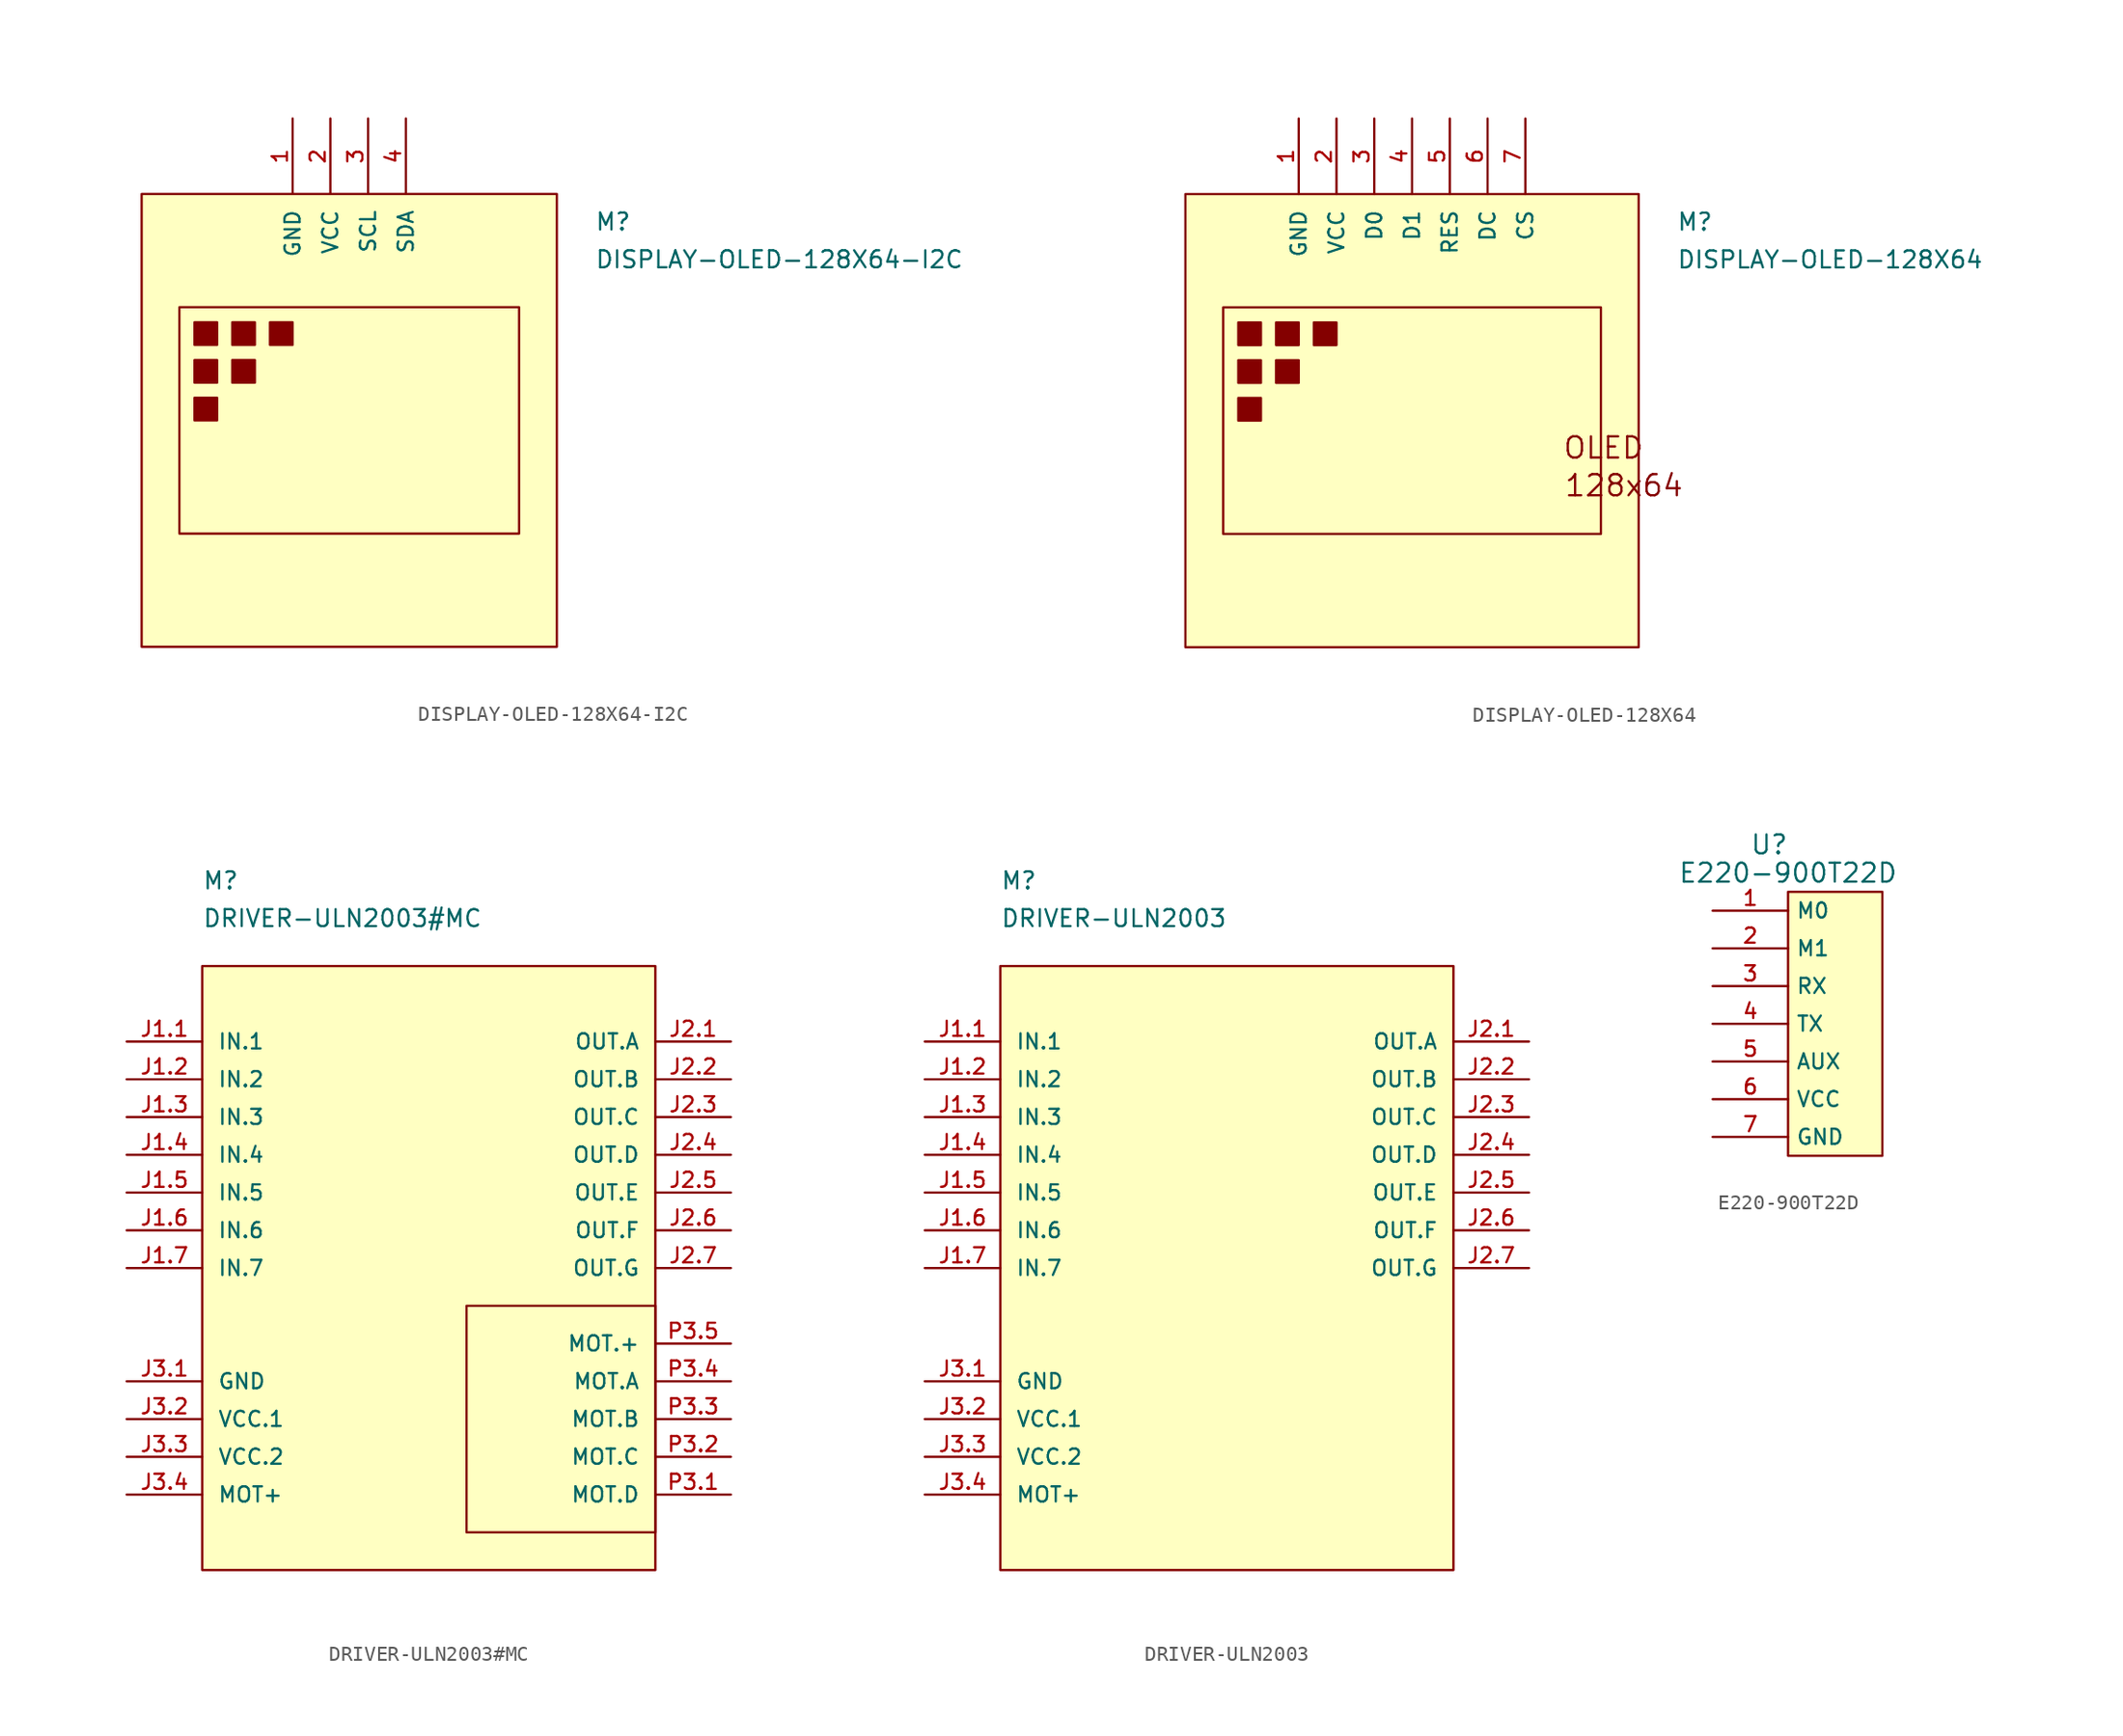
<source format=kicad_sym>
(kicad_symbol_lib
  (version 20231120)
  (generator "kicad_symbol_editor")
  (generator_version "8.0")
  (symbol "DISPLAY-OLED-128X64-I2C"
    (pin_names
      (offset 1.016))
    (property "Reference" "M"
      (at 15.24 12.7 0)
      (effects (font (size 1.143 1.143)) (justify left bottom)))
    (property "Value" "DISPLAY-OLED-128X64-I2C"
      (at 15.24 10.16 0)
      (effects (font (size 1.143 1.143)) (justify left bottom)))
    (property "ki_locked" ""
      (at 0 0 0)
      (effects (font (size 1.27 1.27))))
    (symbol "DISPLAY-OLED-128X64-I2C_1_0"
      (rectangle (start -15.24 15.24) (end 12.7 -15.24) (stroke (width 0) (type default)) (fill (type background)))
      (rectangle (start 10.16 -7.62) (end -12.7 7.62) (stroke (width 0) (type default)) (fill (type none))))
    (symbol "DISPLAY-OLED-128X64-I2C_1_1"
      (rectangle (start -11.684 0) (end -10.16 1.524) (stroke (width 0) (type default)) (fill (type outline)))
      (rectangle (start -11.684 2.54) (end -10.16 4.064) (stroke (width 0) (type default)) (fill (type outline)))
      (rectangle (start -11.684 5.08) (end -10.16 6.604) (stroke (width 0) (type default)) (fill (type outline)))
      (rectangle (start -9.144 2.54) (end -7.62 4.064) (stroke (width 0) (type default)) (fill (type outline)))
      (rectangle (start -9.144 5.08) (end -7.62 6.604) (stroke (width 0) (type default)) (fill (type outline)))
      (rectangle (start -6.604 5.08) (end -5.08 6.604) (stroke (width 0) (type default)) (fill (type outline)))
      (pin power_in line (at -5.08 20.32 270) (length 5.08) (name "GND" (effects (font (size 1.016 1.016)))) (number "1" (effects (font (size 1.016 1.016)))))
      (pin power_in line (at -2.54 20.32 270) (length 5.08) (name "VCC" (effects (font (size 1.016 1.016)))) (number "2" (effects (font (size 1.016 1.016)))))
      (pin bidirectional line (at 0 20.32 270) (length 5.08) (name "SCL" (effects (font (size 1.016 1.016)))) (number "3" (effects (font (size 1.016 1.016)))))
      (pin bidirectional line (at 2.54 20.32 270) (length 5.08) (name "SDA" (effects (font (size 1.016 1.016)))) (number "4" (effects (font (size 1.016 1.016)))))))
  (symbol "DISPLAY-OLED-128X64"
    (pin_names
      (offset 1.016))
    (property "Reference" "M"
      (at 17.78 12.7 0)
      (effects (font (size 1.143 1.143)) (justify left bottom)))
    (property "Value" "DISPLAY-OLED-128X64"
      (at 17.78 10.16 0)
      (effects (font (size 1.143 1.143)) (justify left bottom)))
    (property "ki_locked" ""
      (at 0 0 0)
      (effects (font (size 1.27 1.27))))
    (symbol "DISPLAY-OLED-128X64_1_0"
      (rectangle (start 12.7 -7.62) (end -12.7 7.62) (stroke (width 0) (type default)) (fill (type none)))
      (rectangle (start 15.24 -15.24) (end -15.24 15.24) (stroke (width 0) (type default)) (fill (type background)))
      (text "128x64" (at 14.249 -4.369 0) (effects (font (size 1.422 1.422))))
      (text "OLED" (at 12.878 -1.829 0) (effects (font (size 1.422 1.422)))))
    (symbol "DISPLAY-OLED-128X64_1_1"
      (rectangle (start -11.684 0) (end -10.16 1.524) (stroke (width 0) (type default)) (fill (type outline)))
      (rectangle (start -11.684 2.54) (end -10.16 4.064) (stroke (width 0) (type default)) (fill (type outline)))
      (rectangle (start -11.684 5.08) (end -10.16 6.604) (stroke (width 0) (type default)) (fill (type outline)))
      (rectangle (start -9.144 2.54) (end -7.62 4.064) (stroke (width 0) (type default)) (fill (type outline)))
      (rectangle (start -9.144 5.08) (end -7.62 6.604) (stroke (width 0) (type default)) (fill (type outline)))
      (rectangle (start -6.604 5.08) (end -5.08 6.604) (stroke (width 0) (type default)) (fill (type outline)))
      (pin power_in line (at -7.62 20.32 270) (length 5.08) (name "GND" (effects (font (size 1.016 1.016)))) (number "1" (effects (font (size 1.016 1.016)))))
      (pin power_in line (at -5.08 20.32 270) (length 5.08) (name "VCC" (effects (font (size 1.016 1.016)))) (number "2" (effects (font (size 1.016 1.016)))))
      (pin bidirectional line (at -2.54 20.32 270) (length 5.08) (name "D0" (effects (font (size 1.016 1.016)))) (number "3" (effects (font (size 1.016 1.016)))))
      (pin bidirectional line (at 0 20.32 270) (length 5.08) (name "D1" (effects (font (size 1.016 1.016)))) (number "4" (effects (font (size 1.016 1.016)))))
      (pin bidirectional line (at 2.54 20.32 270) (length 5.08) (name "RES" (effects (font (size 1.016 1.016)))) (number "5" (effects (font (size 1.016 1.016)))))
      (pin bidirectional line (at 5.08 20.32 270) (length 5.08) (name "DC" (effects (font (size 1.016 1.016)))) (number "6" (effects (font (size 1.016 1.016)))))
      (pin bidirectional line (at 7.62 20.32 270) (length 5.08) (name "CS" (effects (font (size 1.016 1.016)))) (number "7" (effects (font (size 1.016 1.016)))))))
  (symbol "DRIVER-ULN2003#MC"
    (pin_names
      (offset 1.016))
    (property "Reference" "M"
      (at -15.24 25.4 0)
      (effects (font (size 1.143 1.143)) (justify left bottom)))
    (property "Value" "DRIVER-ULN2003#MC"
      (at -15.24 22.86 0)
      (effects (font (size 1.143 1.143)) (justify left bottom)))
    (property "ki_locked" ""
      (at 0 0 0)
      (effects (font (size 1.27 1.27))))
    (symbol "DRIVER-ULN2003#MC_1_0"
      (rectangle (start -15.24 20.32) (end 15.24 -20.32) (stroke (width 0) (type default)) (fill (type background)))
      (rectangle (start 2.54 -2.54) (end 15.24 -17.78) (stroke (width 0) (type default)) (fill (type none))))
    (symbol "DRIVER-ULN2003#MC_1_1"
      (pin bidirectional line (at -20.32 15.24 0) (length 5.08) (name "IN.1" (effects (font (size 1.016 1.016)))) (number "J1.1" (effects (font (size 1.016 1.016)))))
      (pin bidirectional line (at -20.32 12.7 0) (length 5.08) (name "IN.2" (effects (font (size 1.016 1.016)))) (number "J1.2" (effects (font (size 1.016 1.016)))))
      (pin bidirectional line (at -20.32 10.16 0) (length 5.08) (name "IN.3" (effects (font (size 1.016 1.016)))) (number "J1.3" (effects (font (size 1.016 1.016)))))
      (pin bidirectional line (at -20.32 7.62 0) (length 5.08) (name "IN.4" (effects (font (size 1.016 1.016)))) (number "J1.4" (effects (font (size 1.016 1.016)))))
      (pin bidirectional line (at -20.32 5.08 0) (length 5.08) (name "IN.5" (effects (font (size 1.016 1.016)))) (number "J1.5" (effects (font (size 1.016 1.016)))))
      (pin bidirectional line (at -20.32 2.54 0) (length 5.08) (name "IN.6" (effects (font (size 1.016 1.016)))) (number "J1.6" (effects (font (size 1.016 1.016)))))
      (pin bidirectional line (at -20.32 0 0) (length 5.08) (name "IN.7" (effects (font (size 1.016 1.016)))) (number "J1.7" (effects (font (size 1.016 1.016)))))
      (pin bidirectional line (at 20.32 15.24 180) (length 5.08) (name "OUT.A" (effects (font (size 1.016 1.016)))) (number "J2.1" (effects (font (size 1.016 1.016)))))
      (pin bidirectional line (at 20.32 12.7 180) (length 5.08) (name "OUT.B" (effects (font (size 1.016 1.016)))) (number "J2.2" (effects (font (size 1.016 1.016)))))
      (pin bidirectional line (at 20.32 10.16 180) (length 5.08) (name "OUT.C" (effects (font (size 1.016 1.016)))) (number "J2.3" (effects (font (size 1.016 1.016)))))
      (pin bidirectional line (at 20.32 7.62 180) (length 5.08) (name "OUT.D" (effects (font (size 1.016 1.016)))) (number "J2.4" (effects (font (size 1.016 1.016)))))
      (pin bidirectional line (at 20.32 5.08 180) (length 5.08) (name "OUT.E" (effects (font (size 1.016 1.016)))) (number "J2.5" (effects (font (size 1.016 1.016)))))
      (pin bidirectional line (at 20.32 2.54 180) (length 5.08) (name "OUT.F" (effects (font (size 1.016 1.016)))) (number "J2.6" (effects (font (size 1.016 1.016)))))
      (pin bidirectional line (at 20.32 0 180) (length 5.08) (name "OUT.G" (effects (font (size 1.016 1.016)))) (number "J2.7" (effects (font (size 1.016 1.016)))))
      (pin power_in line (at -20.32 -7.62 0) (length 5.08) (name "GND" (effects (font (size 1.016 1.016)))) (number "J3.1" (effects (font (size 1.016 1.016)))))
      (pin power_in line (at -20.32 -10.16 0) (length 5.08) (name "VCC.1" (effects (font (size 1.016 1.016)))) (number "J3.2" (effects (font (size 1.016 1.016)))))
      (pin bidirectional line (at -20.32 -12.7 0) (length 5.08) (name "VCC.2" (effects (font (size 1.016 1.016)))) (number "J3.3" (effects (font (size 1.016 1.016)))))
      (pin bidirectional line (at -20.32 -15.24 0) (length 5.08) (name "MOT+" (effects (font (size 1.016 1.016)))) (number "J3.4" (effects (font (size 1.016 1.016)))))
      (pin bidirectional line (at 20.32 -15.24 180) (length 5.08) (name "MOT.D" (effects (font (size 1.016 1.016)))) (number "P3.1" (effects (font (size 1.016 1.016)))))
      (pin bidirectional line (at 20.32 -12.7 180) (length 5.08) (name "MOT.C" (effects (font (size 1.016 1.016)))) (number "P3.2" (effects (font (size 1.016 1.016)))))
      (pin bidirectional line (at 20.32 -10.16 180) (length 5.08) (name "MOT.B" (effects (font (size 1.016 1.016)))) (number "P3.3" (effects (font (size 1.016 1.016)))))
      (pin bidirectional line (at 20.32 -7.62 180) (length 5.08) (name "MOT.A" (effects (font (size 1.016 1.016)))) (number "P3.4" (effects (font (size 1.016 1.016)))))
      (pin bidirectional line (at 20.32 -5.08 180) (length 5.08) (name "MOT.+" (effects (font (size 1.016 1.016)))) (number "P3.5" (effects (font (size 1.016 1.016)))))))
  (symbol "DRIVER-ULN2003"
    (pin_names
      (offset 1.016))
    (property "Reference" "M"
      (at -15.24 25.4 0)
      (effects (font (size 1.143 1.143)) (justify left bottom)))
    (property "Value" "DRIVER-ULN2003"
      (at -15.24 22.86 0)
      (effects (font (size 1.143 1.143)) (justify left bottom)))
    (property "ki_locked" ""
      (at 0 0 0)
      (effects (font (size 1.27 1.27))))
    (symbol "DRIVER-ULN2003_1_0"
      (rectangle (start -15.24 20.32) (end 15.24 -20.32) (stroke (width 0) (type default)) (fill (type background))))
    (symbol "DRIVER-ULN2003_1_1"
      (pin bidirectional line (at -20.32 15.24 0) (length 5.08) (name "IN.1" (effects (font (size 1.016 1.016)))) (number "J1.1" (effects (font (size 1.016 1.016)))))
      (pin bidirectional line (at -20.32 12.7 0) (length 5.08) (name "IN.2" (effects (font (size 1.016 1.016)))) (number "J1.2" (effects (font (size 1.016 1.016)))))
      (pin bidirectional line (at -20.32 10.16 0) (length 5.08) (name "IN.3" (effects (font (size 1.016 1.016)))) (number "J1.3" (effects (font (size 1.016 1.016)))))
      (pin bidirectional line (at -20.32 7.62 0) (length 5.08) (name "IN.4" (effects (font (size 1.016 1.016)))) (number "J1.4" (effects (font (size 1.016 1.016)))))
      (pin bidirectional line (at -20.32 5.08 0) (length 5.08) (name "IN.5" (effects (font (size 1.016 1.016)))) (number "J1.5" (effects (font (size 1.016 1.016)))))
      (pin bidirectional line (at -20.32 2.54 0) (length 5.08) (name "IN.6" (effects (font (size 1.016 1.016)))) (number "J1.6" (effects (font (size 1.016 1.016)))))
      (pin bidirectional line (at -20.32 0 0) (length 5.08) (name "IN.7" (effects (font (size 1.016 1.016)))) (number "J1.7" (effects (font (size 1.016 1.016)))))
      (pin bidirectional line (at 20.32 15.24 180) (length 5.08) (name "OUT.A" (effects (font (size 1.016 1.016)))) (number "J2.1" (effects (font (size 1.016 1.016)))))
      (pin bidirectional line (at 20.32 12.7 180) (length 5.08) (name "OUT.B" (effects (font (size 1.016 1.016)))) (number "J2.2" (effects (font (size 1.016 1.016)))))
      (pin bidirectional line (at 20.32 10.16 180) (length 5.08) (name "OUT.C" (effects (font (size 1.016 1.016)))) (number "J2.3" (effects (font (size 1.016 1.016)))))
      (pin bidirectional line (at 20.32 7.62 180) (length 5.08) (name "OUT.D" (effects (font (size 1.016 1.016)))) (number "J2.4" (effects (font (size 1.016 1.016)))))
      (pin bidirectional line (at 20.32 5.08 180) (length 5.08) (name "OUT.E" (effects (font (size 1.016 1.016)))) (number "J2.5" (effects (font (size 1.016 1.016)))))
      (pin bidirectional line (at 20.32 2.54 180) (length 5.08) (name "OUT.F" (effects (font (size 1.016 1.016)))) (number "J2.6" (effects (font (size 1.016 1.016)))))
      (pin bidirectional line (at 20.32 0 180) (length 5.08) (name "OUT.G" (effects (font (size 1.016 1.016)))) (number "J2.7" (effects (font (size 1.016 1.016)))))
      (pin power_in line (at -20.32 -7.62 0) (length 5.08) (name "GND" (effects (font (size 1.016 1.016)))) (number "J3.1" (effects (font (size 1.016 1.016)))))
      (pin power_in line (at -20.32 -10.16 0) (length 5.08) (name "VCC.1" (effects (font (size 1.016 1.016)))) (number "J3.2" (effects (font (size 1.016 1.016)))))
      (pin bidirectional line (at -20.32 -12.7 0) (length 5.08) (name "VCC.2" (effects (font (size 1.016 1.016)))) (number "J3.3" (effects (font (size 1.016 1.016)))))
      (pin bidirectional line (at -20.32 -15.24 0) (length 5.08) (name "MOT+" (effects (font (size 1.016 1.016)))) (number "J3.4" (effects (font (size 1.016 1.016)))))))
  (symbol "E220-900T22D"
    (property "Reference" "U"
      (at -1.27 12.065 0)
      (effects (font (size 1.27 1.27))))
    (property "Value" "E220-900T22D"
      (at 0 10.16 0)
      (effects (font (size 1.27 1.27))))
    (symbol "E220-900T22D_0_1"
      (rectangle (start 0 8.89) (end 6.35 -8.89) (stroke (width 0) (type default)) (fill (type background))))
    (symbol "E220-900T22D_1_1"
      (pin input line (at -5.08 7.62 0) (length 5.08) (name "M0" (effects (font (size 1.016 1.016)))) (number "1" (effects (font (size 1.016 1.016)))))
      (pin input line (at -5.08 5.08 0) (length 5.08) (name "M1" (effects (font (size 1.016 1.016)))) (number "2" (effects (font (size 1.016 1.016)))))
      (pin input line (at -5.08 2.54 0) (length 5.08) (name "RX" (effects (font (size 1.016 1.016)))) (number "3" (effects (font (size 1.016 1.016)))))
      (pin output line (at -5.08 0 0) (length 5.08) (name "TX" (effects (font (size 1.016 1.016)))) (number "4" (effects (font (size 1.016 1.016)))))
      (pin output line (at -5.08 -2.54 0) (length 5.08) (name "AUX" (effects (font (size 1.016 1.016)))) (number "5" (effects (font (size 1.016 1.016)))))
      (pin input line (at -5.08 -5.08 0) (length 5.08) (name "VCC" (effects (font (size 1.016 1.016)))) (number "6" (effects (font (size 1.016 1.016)))))
      (pin input line (at -5.08 -7.62 0) (length 5.08) (name "GND" (effects (font (size 1.016 1.016)))) (number "7" (effects (font (size 1.016 1.016))))))))
</source>
